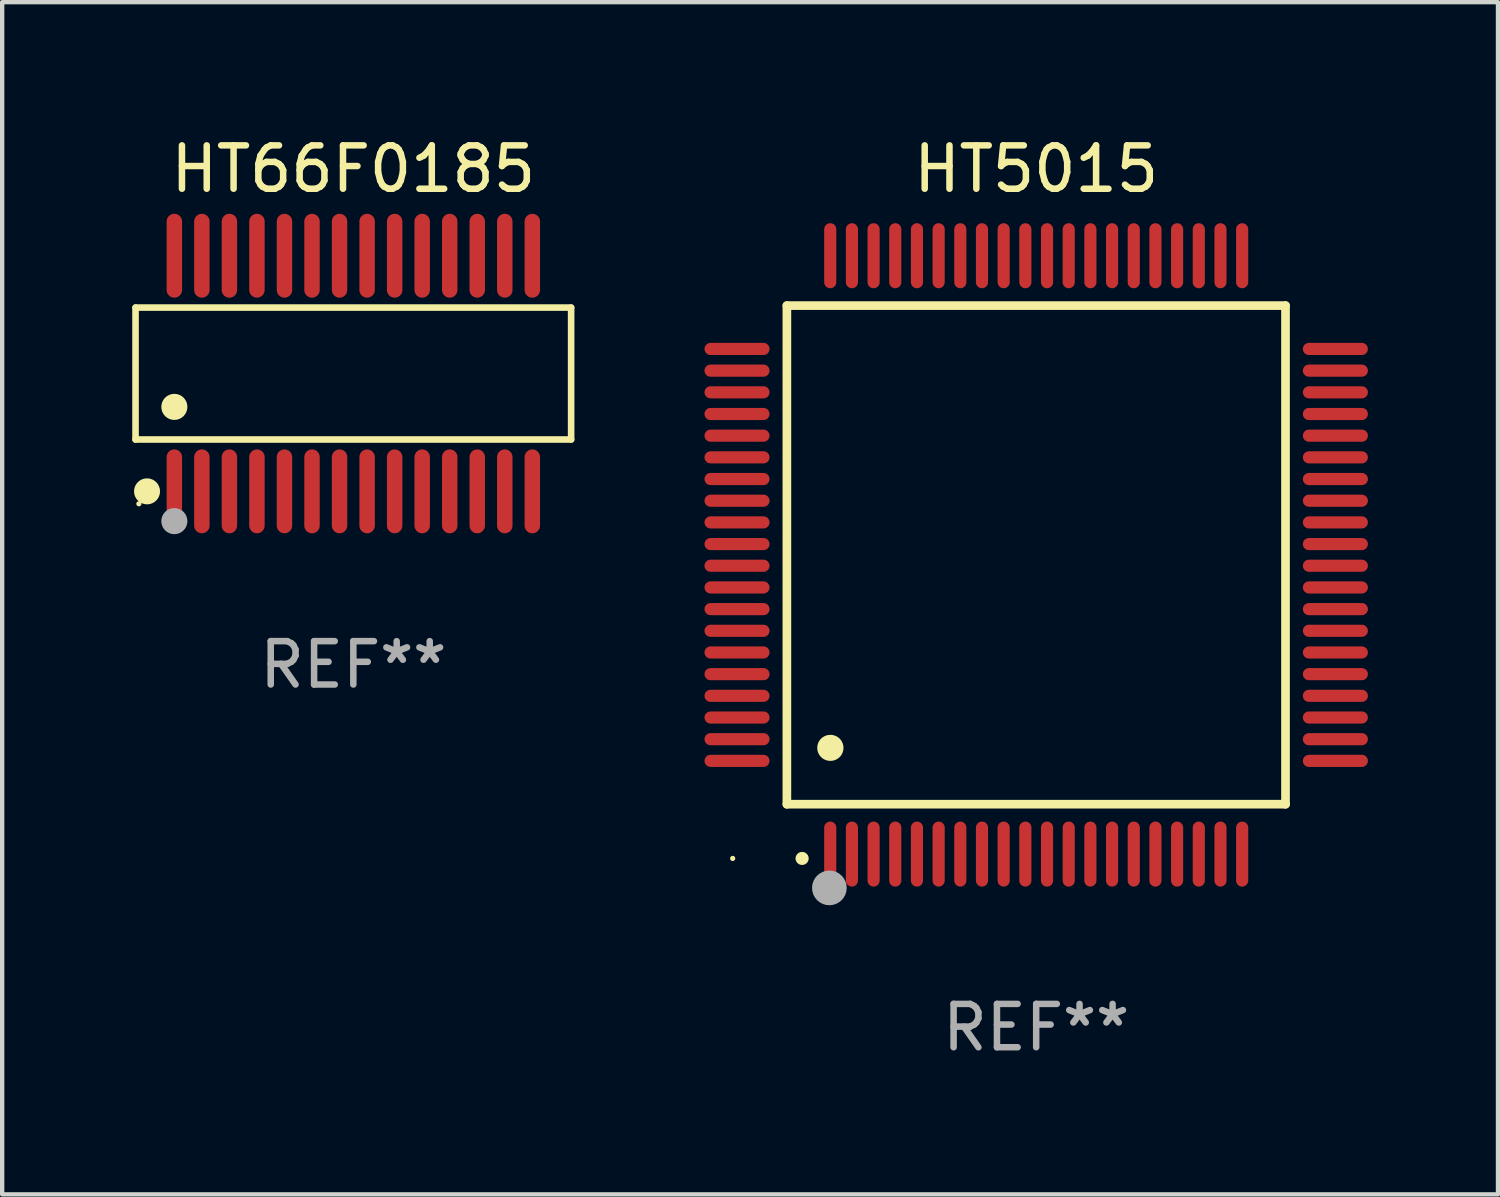
<source format=kicad_pcb>
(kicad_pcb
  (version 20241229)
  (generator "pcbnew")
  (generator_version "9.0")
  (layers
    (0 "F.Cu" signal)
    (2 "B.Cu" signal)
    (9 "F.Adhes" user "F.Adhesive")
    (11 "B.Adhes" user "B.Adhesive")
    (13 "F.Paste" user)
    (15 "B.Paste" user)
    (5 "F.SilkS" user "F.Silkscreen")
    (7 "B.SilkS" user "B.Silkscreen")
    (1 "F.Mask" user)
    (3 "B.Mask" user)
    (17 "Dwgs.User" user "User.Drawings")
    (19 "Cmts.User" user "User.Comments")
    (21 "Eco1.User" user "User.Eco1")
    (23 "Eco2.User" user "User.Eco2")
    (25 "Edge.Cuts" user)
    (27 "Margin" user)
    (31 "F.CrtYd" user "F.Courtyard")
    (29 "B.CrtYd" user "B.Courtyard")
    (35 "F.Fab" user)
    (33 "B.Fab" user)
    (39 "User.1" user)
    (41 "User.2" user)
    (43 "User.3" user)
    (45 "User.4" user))
  (footprint "HT5015"
    (layer "F.Cu")
    (at 20.848 9.748)
    (property "Reference" "HT5015" (at 0 -8.9 0) (layer "F.SilkS") (effects (font (size 1 1) (thickness 0.15))))
    (attr through_hole)
    (fp_line (start -5.75 -5.75) (end 5.75 -5.75) (stroke (width 0.2) (type solid)) (layer "F.SilkS"))
    (fp_line (start -5.75 5.75) (end -5.75 -5.75) (stroke (width 0.2) (type solid)) (layer "F.SilkS"))
    (fp_line (start 5.75 -5.75) (end 5.75 5.75) (stroke (width 0.2) (type solid)) (layer "F.SilkS"))
    (fp_line (start 5.75 5.75) (end -5.75 5.75) (stroke (width 0.2) (type solid)) (layer "F.SilkS"))
    (fp_arc (start -5.400051 7.000254) (mid -5.398781 7.000249) (end -5.397511 7.000254) (stroke (width 0.3) (type solid)) (layer "F.SilkS"))
    (fp_arc (start -4.749809 4.450089) (mid -4.747269 4.450078) (end -4.744729 4.450089) (stroke (width 0.6) (type solid)) (layer "F.SilkS"))
    (fp_circle (center -7 7) (end -6.97 7) (stroke (width 0.06) (type solid)) (fill no) (layer "F.SilkS"))
    (fp_circle (center -4.77 7.68) (end -4.57 7.68) (stroke (width 0.4) (type solid)) (fill no) (layer "F.Fab"))
    (fp_text user "REF**" (at 0 10.9 0) (layer "F.Fab") (effects (font (size 1 1) (thickness 0.15))))
    (pad "1" smd oval (at -4.75 6.9) (size 0.28 1.5) (layers "F.Cu" "F.Mask" "F.Paste"))
    (pad "2" smd oval (at -4.25 6.9) (size 0.28 1.5) (layers "F.Cu" "F.Mask" "F.Paste"))
    (pad "3" smd oval (at -3.75 6.9) (size 0.28 1.5) (layers "F.Cu" "F.Mask" "F.Paste"))
    (pad "4" smd oval (at -3.25 6.9) (size 0.28 1.5) (layers "F.Cu" "F.Mask" "F.Paste"))
    (pad "5" smd oval (at -2.75 6.9) (size 0.28 1.5) (layers "F.Cu" "F.Mask" "F.Paste"))
    (pad "6" smd oval (at -2.25 6.9) (size 0.28 1.5) (layers "F.Cu" "F.Mask" "F.Paste"))
    (pad "7" smd oval (at -1.75 6.9) (size 0.28 1.5) (layers "F.Cu" "F.Mask" "F.Paste"))
    (pad "8" smd oval (at -1.25 6.9) (size 0.28 1.5) (layers "F.Cu" "F.Mask" "F.Paste"))
    (pad "9" smd oval (at -0.75 6.9) (size 0.28 1.5) (layers "F.Cu" "F.Mask" "F.Paste"))
    (pad "10" smd oval (at -0.25 6.9) (size 0.28 1.5) (layers "F.Cu" "F.Mask" "F.Paste"))
    (pad "11" smd oval (at 0.25 6.9) (size 0.28 1.5) (layers "F.Cu" "F.Mask" "F.Paste"))
    (pad "12" smd oval (at 0.75 6.9) (size 0.28 1.5) (layers "F.Cu" "F.Mask" "F.Paste"))
    (pad "13" smd oval (at 1.25 6.9) (size 0.28 1.5) (layers "F.Cu" "F.Mask" "F.Paste"))
    (pad "14" smd oval (at 1.75 6.9) (size 0.28 1.5) (layers "F.Cu" "F.Mask" "F.Paste"))
    (pad "15" smd oval (at 2.25 6.9) (size 0.28 1.5) (layers "F.Cu" "F.Mask" "F.Paste"))
    (pad "16" smd oval (at 2.75 6.9) (size 0.28 1.5) (layers "F.Cu" "F.Mask" "F.Paste"))
    (pad "17" smd oval (at 3.25 6.9) (size 0.28 1.5) (layers "F.Cu" "F.Mask" "F.Paste"))
    (pad "18" smd oval (at 3.75 6.9) (size 0.28 1.5) (layers "F.Cu" "F.Mask" "F.Paste"))
    (pad "19" smd oval (at 4.25 6.9) (size 0.28 1.5) (layers "F.Cu" "F.Mask" "F.Paste"))
    (pad "20" smd oval (at 4.75 6.9) (size 0.28 1.5) (layers "F.Cu" "F.Mask" "F.Paste"))
    (pad "21" smd oval (at 6.9 4.75) (size 1.5 0.28) (layers "F.Cu" "F.Mask" "F.Paste"))
    (pad "22" smd oval (at 6.9 4.25) (size 1.5 0.28) (layers "F.Cu" "F.Mask" "F.Paste"))
    (pad "23" smd oval (at 6.9 3.75) (size 1.5 0.28) (layers "F.Cu" "F.Mask" "F.Paste"))
    (pad "24" smd oval (at 6.9 3.25) (size 1.5 0.28) (layers "F.Cu" "F.Mask" "F.Paste"))
    (pad "25" smd oval (at 6.9 2.75) (size 1.5 0.28) (layers "F.Cu" "F.Mask" "F.Paste"))
    (pad "26" smd oval (at 6.9 2.25) (size 1.5 0.28) (layers "F.Cu" "F.Mask" "F.Paste"))
    (pad "27" smd oval (at 6.9 1.75) (size 1.5 0.28) (layers "F.Cu" "F.Mask" "F.Paste"))
    (pad "28" smd oval (at 6.9 1.25) (size 1.5 0.28) (layers "F.Cu" "F.Mask" "F.Paste"))
    (pad "29" smd oval (at 6.9 0.75) (size 1.5 0.28) (layers "F.Cu" "F.Mask" "F.Paste"))
    (pad "30" smd oval (at 6.9 0.25) (size 1.5 0.28) (layers "F.Cu" "F.Mask" "F.Paste"))
    (pad "31" smd oval (at 6.9 -0.25) (size 1.5 0.28) (layers "F.Cu" "F.Mask" "F.Paste"))
    (pad "32" smd oval (at 6.9 -0.75) (size 1.5 0.28) (layers "F.Cu" "F.Mask" "F.Paste"))
    (pad "33" smd oval (at 6.9 -1.25) (size 1.5 0.28) (layers "F.Cu" "F.Mask" "F.Paste"))
    (pad "34" smd oval (at 6.9 -1.75) (size 1.5 0.28) (layers "F.Cu" "F.Mask" "F.Paste"))
    (pad "35" smd oval (at 6.9 -2.25) (size 1.5 0.28) (layers "F.Cu" "F.Mask" "F.Paste"))
    (pad "36" smd oval (at 6.9 -2.75) (size 1.5 0.28) (layers "F.Cu" "F.Mask" "F.Paste"))
    (pad "37" smd oval (at 6.9 -3.25) (size 1.5 0.28) (layers "F.Cu" "F.Mask" "F.Paste"))
    (pad "38" smd oval (at 6.9 -3.75) (size 1.5 0.28) (layers "F.Cu" "F.Mask" "F.Paste"))
    (pad "39" smd oval (at 6.9 -4.25) (size 1.5 0.28) (layers "F.Cu" "F.Mask" "F.Paste"))
    (pad "40" smd oval (at 6.9 -4.75) (size 1.5 0.28) (layers "F.Cu" "F.Mask" "F.Paste"))
    (pad "41" smd oval (at 4.75 -6.9) (size 0.28 1.5) (layers "F.Cu" "F.Mask" "F.Paste"))
    (pad "42" smd oval (at 4.25 -6.9) (size 0.28 1.5) (layers "F.Cu" "F.Mask" "F.Paste"))
    (pad "43" smd oval (at 3.75 -6.9) (size 0.28 1.5) (layers "F.Cu" "F.Mask" "F.Paste"))
    (pad "44" smd oval (at 3.25 -6.9) (size 0.28 1.5) (layers "F.Cu" "F.Mask" "F.Paste"))
    (pad "45" smd oval (at 2.75 -6.9) (size 0.28 1.5) (layers "F.Cu" "F.Mask" "F.Paste"))
    (pad "46" smd oval (at 2.25 -6.9) (size 0.28 1.5) (layers "F.Cu" "F.Mask" "F.Paste"))
    (pad "47" smd oval (at 1.75 -6.9) (size 0.28 1.5) (layers "F.Cu" "F.Mask" "F.Paste"))
    (pad "48" smd oval (at 1.25 -6.9) (size 0.28 1.5) (layers "F.Cu" "F.Mask" "F.Paste"))
    (pad "49" smd oval (at 0.75 -6.9) (size 0.28 1.5) (layers "F.Cu" "F.Mask" "F.Paste"))
    (pad "50" smd oval (at 0.25 -6.9) (size 0.28 1.5) (layers "F.Cu" "F.Mask" "F.Paste"))
    (pad "51" smd oval (at -0.25 -6.9) (size 0.28 1.5) (layers "F.Cu" "F.Mask" "F.Paste"))
    (pad "52" smd oval (at -0.75 -6.9) (size 0.28 1.5) (layers "F.Cu" "F.Mask" "F.Paste"))
    (pad "53" smd oval (at -1.25 -6.9) (size 0.28 1.5) (layers "F.Cu" "F.Mask" "F.Paste"))
    (pad "54" smd oval (at -1.75 -6.9) (size 0.28 1.5) (layers "F.Cu" "F.Mask" "F.Paste"))
    (pad "55" smd oval (at -2.25 -6.9) (size 0.28 1.5) (layers "F.Cu" "F.Mask" "F.Paste"))
    (pad "56" smd oval (at -2.75 -6.9) (size 0.28 1.5) (layers "F.Cu" "F.Mask" "F.Paste"))
    (pad "57" smd oval (at -3.25 -6.9) (size 0.28 1.5) (layers "F.Cu" "F.Mask" "F.Paste"))
    (pad "58" smd oval (at -3.75 -6.9) (size 0.28 1.5) (layers "F.Cu" "F.Mask" "F.Paste"))
    (pad "59" smd oval (at -4.25 -6.9) (size 0.28 1.5) (layers "F.Cu" "F.Mask" "F.Paste"))
    (pad "60" smd oval (at -4.75 -6.9) (size 0.28 1.5) (layers "F.Cu" "F.Mask" "F.Paste"))
    (pad "61" smd oval (at -6.9 -4.75) (size 1.5 0.28) (layers "F.Cu" "F.Mask" "F.Paste"))
    (pad "62" smd oval (at -6.9 -4.25) (size 1.5 0.28) (layers "F.Cu" "F.Mask" "F.Paste"))
    (pad "63" smd oval (at -6.9 -3.75) (size 1.5 0.28) (layers "F.Cu" "F.Mask" "F.Paste"))
    (pad "64" smd oval (at -6.9 -3.25) (size 1.5 0.28) (layers "F.Cu" "F.Mask" "F.Paste"))
    (pad "65" smd oval (at -6.9 -2.75) (size 1.5 0.28) (layers "F.Cu" "F.Mask" "F.Paste"))
    (pad "66" smd oval (at -6.9 -2.25) (size 1.5 0.28) (layers "F.Cu" "F.Mask" "F.Paste"))
    (pad "67" smd oval (at -6.9 -1.75) (size 1.5 0.28) (layers "F.Cu" "F.Mask" "F.Paste"))
    (pad "68" smd oval (at -6.9 -1.25) (size 1.5 0.28) (layers "F.Cu" "F.Mask" "F.Paste"))
    (pad "69" smd oval (at -6.9 -0.75) (size 1.5 0.28) (layers "F.Cu" "F.Mask" "F.Paste"))
    (pad "70" smd oval (at -6.9 -0.25) (size 1.5 0.28) (layers "F.Cu" "F.Mask" "F.Paste"))
    (pad "71" smd oval (at -6.9 0.25) (size 1.5 0.28) (layers "F.Cu" "F.Mask" "F.Paste"))
    (pad "72" smd oval (at -6.9 0.75) (size 1.5 0.28) (layers "F.Cu" "F.Mask" "F.Paste"))
    (pad "73" smd oval (at -6.9 1.25) (size 1.5 0.28) (layers "F.Cu" "F.Mask" "F.Paste"))
    (pad "74" smd oval (at -6.9 1.75) (size 1.5 0.28) (layers "F.Cu" "F.Mask" "F.Paste"))
    (pad "75" smd oval (at -6.9 2.25) (size 1.5 0.28) (layers "F.Cu" "F.Mask" "F.Paste"))
    (pad "76" smd oval (at -6.9 2.75) (size 1.5 0.28) (layers "F.Cu" "F.Mask" "F.Paste"))
    (pad "77" smd oval (at -6.9 3.25) (size 1.5 0.28) (layers "F.Cu" "F.Mask" "F.Paste"))
    (pad "78" smd oval (at -6.9 3.75) (size 1.5 0.28) (layers "F.Cu" "F.Mask" "F.Paste"))
    (pad "79" smd oval (at -6.9 4.25) (size 1.5 0.28) (layers "F.Cu" "F.Mask" "F.Paste"))
    (pad "80" smd oval (at -6.9 4.75) (size 1.5 0.28) (layers "F.Cu" "F.Mask" "F.Paste")))
  (footprint "HT66F0185"
    (layer "F.Cu")
    (at 5.099 5.565)
    (property "Reference" "HT66F0185" (at 0 -4.717 0) (layer "F.SilkS") (effects (font (size 1 1) (thickness 0.15))))
    (attr through_hole)
    (fp_line (start -5.023 -1.521) (end 5.023 -1.521) (stroke (width 0.152) (type solid)) (layer "F.SilkS"))
    (fp_line (start -5.023 1.521) (end -5.023 -1.521) (stroke (width 0.152) (type solid)) (layer "F.SilkS"))
    (fp_line (start 5.023 -1.521) (end 5.023 1.521) (stroke (width 0.152) (type solid)) (layer "F.SilkS"))
    (fp_line (start 5.023 1.521) (end -5.023 1.521) (stroke (width 0.152) (type solid)) (layer "F.SilkS"))
    (fp_circle (center -4.946 3.004) (end -4.916 3.004) (stroke (width 0.06) (type solid)) (fill no) (layer "F.SilkS"))
    (fp_circle (center -4.758 2.717) (end -4.608 2.717) (stroke (width 0.3) (type solid)) (fill no) (layer "F.SilkS"))
    (fp_circle (center -4.128 0.769) (end -3.977 0.769) (stroke (width 0.3) (type solid)) (fill no) (layer "F.SilkS"))
    (fp_circle (center -4.128 3.404) (end -3.977 3.404) (stroke (width 0.3) (type solid)) (fill no) (layer "F.Fab"))
    (fp_text user "REF**" (at 0 6.717 0) (layer "F.Fab") (effects (font (size 1 1) (thickness 0.15))))
    (pad "1" smd oval (at -4.128 2.717) (size 0.356 1.935) (layers "F.Cu" "F.Mask" "F.Paste"))
    (pad "2" smd oval (at -3.493 2.717) (size 0.356 1.935) (layers "F.Cu" "F.Mask" "F.Paste"))
    (pad "3" smd oval (at -2.858 2.717) (size 0.356 1.935) (layers "F.Cu" "F.Mask" "F.Paste"))
    (pad "4" smd oval (at -2.223 2.717) (size 0.356 1.935) (layers "F.Cu" "F.Mask" "F.Paste"))
    (pad "5" smd oval (at -1.588 2.717) (size 0.356 1.935) (layers "F.Cu" "F.Mask" "F.Paste"))
    (pad "6" smd oval (at -0.953 2.717) (size 0.356 1.935) (layers "F.Cu" "F.Mask" "F.Paste"))
    (pad "7" smd oval (at -0.318 2.717) (size 0.356 1.935) (layers "F.Cu" "F.Mask" "F.Paste"))
    (pad "8" smd oval (at 0.318 2.717) (size 0.356 1.935) (layers "F.Cu" "F.Mask" "F.Paste"))
    (pad "9" smd oval (at 0.953 2.717) (size 0.356 1.935) (layers "F.Cu" "F.Mask" "F.Paste"))
    (pad "10" smd oval (at 1.588 2.717) (size 0.356 1.935) (layers "F.Cu" "F.Mask" "F.Paste"))
    (pad "11" smd oval (at 2.223 2.717) (size 0.356 1.935) (layers "F.Cu" "F.Mask" "F.Paste"))
    (pad "12" smd oval (at 2.858 2.717) (size 0.356 1.935) (layers "F.Cu" "F.Mask" "F.Paste"))
    (pad "13" smd oval (at 3.493 2.717) (size 0.356 1.935) (layers "F.Cu" "F.Mask" "F.Paste"))
    (pad "14" smd oval (at 4.128 2.717) (size 0.356 1.935) (layers "F.Cu" "F.Mask" "F.Paste"))
    (pad "15" smd oval (at 4.128 -2.717) (size 0.356 1.935) (layers "F.Cu" "F.Mask" "F.Paste"))
    (pad "16" smd oval (at 3.493 -2.717) (size 0.356 1.935) (layers "F.Cu" "F.Mask" "F.Paste"))
    (pad "17" smd oval (at 2.858 -2.717) (size 0.356 1.935) (layers "F.Cu" "F.Mask" "F.Paste"))
    (pad "18" smd oval (at 2.223 -2.717) (size 0.356 1.935) (layers "F.Cu" "F.Mask" "F.Paste"))
    (pad "19" smd oval (at 1.588 -2.717) (size 0.356 1.935) (layers "F.Cu" "F.Mask" "F.Paste"))
    (pad "20" smd oval (at 0.953 -2.717) (size 0.356 1.935) (layers "F.Cu" "F.Mask" "F.Paste"))
    (pad "21" smd oval (at 0.318 -2.717) (size 0.356 1.935) (layers "F.Cu" "F.Mask" "F.Paste"))
    (pad "22" smd oval (at -0.318 -2.717) (size 0.356 1.935) (layers "F.Cu" "F.Mask" "F.Paste"))
    (pad "23" smd oval (at -0.953 -2.717) (size 0.356 1.935) (layers "F.Cu" "F.Mask" "F.Paste"))
    (pad "24" smd oval (at -1.588 -2.717) (size 0.356 1.935) (layers "F.Cu" "F.Mask" "F.Paste"))
    (pad "25" smd oval (at -2.223 -2.717) (size 0.356 1.935) (layers "F.Cu" "F.Mask" "F.Paste"))
    (pad "26" smd oval (at -2.858 -2.717) (size 0.356 1.935) (layers "F.Cu" "F.Mask" "F.Paste"))
    (pad "27" smd oval (at -3.493 -2.717) (size 0.356 1.935) (layers "F.Cu" "F.Mask" "F.Paste"))
    (pad "28" smd oval (at -4.128 -2.717) (size 0.356 1.935) (layers "F.Cu" "F.Mask" "F.Paste")))
  (gr_rect
    (start -3 -3)
    (end 31.498 24.496)
    (stroke (width 0.1) (type default))
    (fill no)
    (layer "Edge.Cuts")))
</source>
